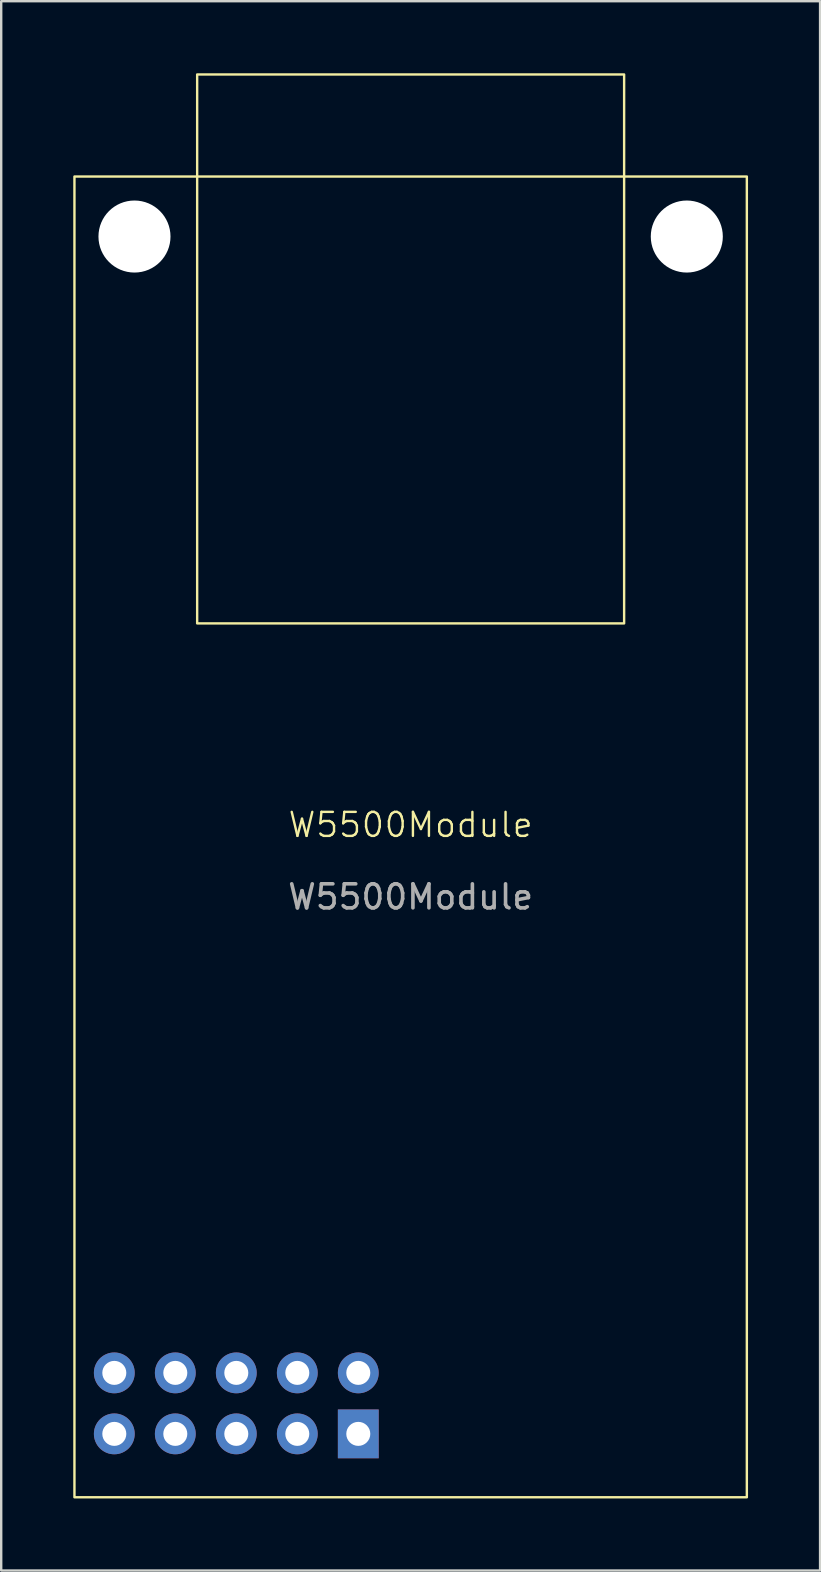
<source format=kicad_pcb>
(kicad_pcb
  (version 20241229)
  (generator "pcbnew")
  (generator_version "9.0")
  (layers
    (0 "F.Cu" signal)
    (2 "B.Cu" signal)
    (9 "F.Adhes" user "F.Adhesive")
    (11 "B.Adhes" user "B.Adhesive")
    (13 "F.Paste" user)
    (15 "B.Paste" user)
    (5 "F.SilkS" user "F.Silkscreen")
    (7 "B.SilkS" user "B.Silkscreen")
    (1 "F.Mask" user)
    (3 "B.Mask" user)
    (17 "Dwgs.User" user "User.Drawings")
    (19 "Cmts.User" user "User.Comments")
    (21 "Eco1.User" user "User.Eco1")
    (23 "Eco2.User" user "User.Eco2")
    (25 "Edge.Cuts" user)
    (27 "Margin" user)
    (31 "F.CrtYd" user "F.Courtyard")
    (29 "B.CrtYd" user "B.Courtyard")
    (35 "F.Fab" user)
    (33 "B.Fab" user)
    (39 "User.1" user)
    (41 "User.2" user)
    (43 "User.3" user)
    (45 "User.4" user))
  (footprint "W5500Module"
    (layer "F.Cu")
    (at 14.05 31.8)
    (property "Reference" "W5500Module" (at 0 -0.5 0) (unlocked yes) (layer "F.SilkS") (effects (font (size 1 1) (thickness 0.1))))
    (attr through_hole)
    (fp_rect (start -14 -27.5) (end 14 27.5) (stroke (width 0.1) (type default)) (fill no) (layer "F.SilkS"))
    (fp_rect (start -8.89 -31.75) (end 8.89 -8.89) (stroke (width 0.1) (type default)) (fill no) (layer "F.SilkS"))
    (fp_text user "${REFERENCE}" (at 0 2.5 0) (unlocked yes) (layer "F.Fab") (effects (font (size 1 1) (thickness 0.15))))
    (pad "" np_thru_hole circle (at -11.5 -25) (size 3 3) (drill 3) (layers "*.Cu" "*.Mask"))
    (pad "" np_thru_hole circle (at 11.5 -25) (size 3 3) (drill 3) (layers "*.Cu" "*.Mask"))
    (pad "1" thru_hole rect (at -2.18 24.86) (size 1.7 2.032) (drill 1) (layers "*.Cu" "*.Mask"))
    (pad "2" thru_hole circle (at -2.18 22.32) (size 1.7 1.7) (drill 1) (layers "*.Cu" "*.Mask"))
    (pad "3" thru_hole circle (at -4.72 24.86) (size 1.7 1.7) (drill 1) (layers "*.Cu" "*.Mask"))
    (pad "4" thru_hole circle (at -4.72 22.32) (size 1.7 1.7) (drill 1) (layers "*.Cu" "*.Mask"))
    (pad "5" thru_hole circle (at -7.26 24.86) (size 1.7 1.7) (drill 1) (layers "*.Cu" "*.Mask"))
    (pad "6" thru_hole circle (at -7.26 22.32) (size 1.7 1.7) (drill 1) (layers "*.Cu" "*.Mask"))
    (pad "7" thru_hole circle (at -9.8 24.86) (size 1.7 1.7) (drill 1) (layers "*.Cu" "*.Mask"))
    (pad "8" thru_hole circle (at -9.8 22.32) (size 1.7 1.7) (drill 1) (layers "*.Cu" "*.Mask"))
    (pad "9" thru_hole circle (at -12.34 24.86) (size 1.7 1.7) (drill 1) (layers "*.Cu" "*.Mask"))
    (pad "10" thru_hole circle (at -12.34 22.32) (size 1.7 1.7) (drill 1) (layers "*.Cu" "*.Mask")))
  (gr_rect
    (start -3 -3)
    (end 31.1 62.35)
    (stroke (width 0.1) (type default))
    (fill no)
    (layer "Edge.Cuts")))
</source>
